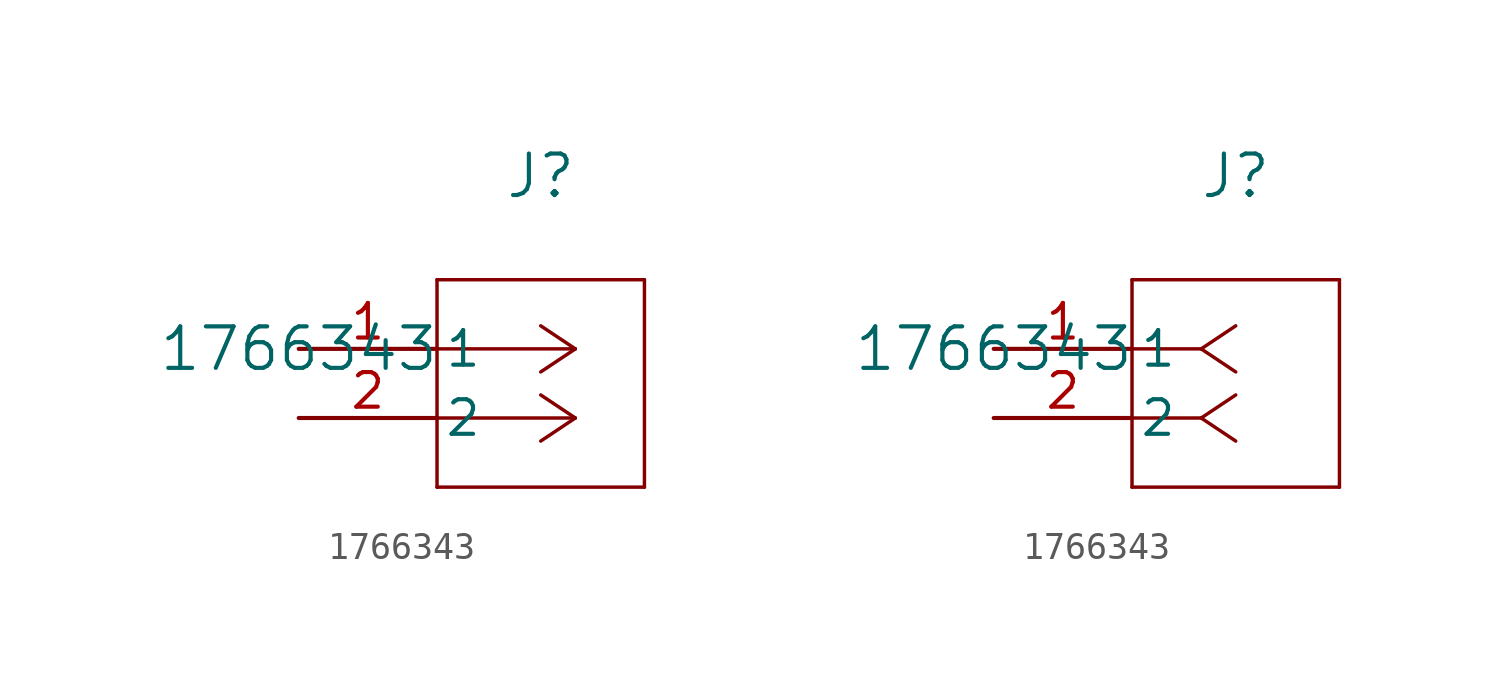
<source format=kicad_sym>
(kicad_symbol_lib
  (version 20211014)
  (generator kicad_symbol_editor)
  (symbol "1766343"
    (pin_names
      (offset 0.254))
    (property "Reference" "J"
      (at 8.89 6.35 0)
      (effects (font (size 1.524 1.524))))
    (property "Value" "1766343"
      (at 0 0 0)
      (effects (font (size 1.524 1.524))))
    (symbol "1766343_1_1"
      (polyline (pts (xy 10.16 0) (xy 5.08 0)) (stroke (width 0.127) (type default) (color 0 0 0 0)) (fill (type none)))
      (polyline (pts (xy 10.16 -2.54) (xy 5.08 -2.54)) (stroke (width 0.127) (type default) (color 0 0 0 0)) (fill (type none)))
      (polyline (pts (xy 10.16 0) (xy 8.89 0.847)) (stroke (width 0.127) (type default) (color 0 0 0 0)) (fill (type none)))
      (polyline (pts (xy 10.16 -2.54) (xy 8.89 -1.693)) (stroke (width 0.127) (type default) (color 0 0 0 0)) (fill (type none)))
      (polyline (pts (xy 10.16 0) (xy 8.89 -0.847)) (stroke (width 0.127) (type default) (color 0 0 0 0)) (fill (type none)))
      (polyline (pts (xy 10.16 -2.54) (xy 8.89 -3.387)) (stroke (width 0.127) (type default) (color 0 0 0 0)) (fill (type none)))
      (polyline (pts (xy 5.08 2.54) (xy 5.08 -5.08)) (stroke (width 0.127) (type default) (color 0 0 0 0)) (fill (type none)))
      (polyline (pts (xy 5.08 -5.08) (xy 12.7 -5.08)) (stroke (width 0.127) (type default) (color 0 0 0 0)) (fill (type none)))
      (polyline (pts (xy 12.7 -5.08) (xy 12.7 2.54)) (stroke (width 0.127) (type default) (color 0 0 0 0)) (fill (type none)))
      (polyline (pts (xy 12.7 2.54) (xy 5.08 2.54)) (stroke (width 0.127) (type default) (color 0 0 0 0)) (fill (type none)))
      (pin unspecified line (at 0 0 0) (length 5.08) (name "1" (effects (font (size 1.27 1.27)))) (number "1" (effects (font (size 1.27 1.27)))))
      (pin unspecified line (at 0 -2.54 0) (length 5.08) (name "2" (effects (font (size 1.27 1.27)))) (number "2" (effects (font (size 1.27 1.27))))))
    (symbol "1766343_1_2"
      (polyline (pts (xy 7.62 0) (xy 5.08 0)) (stroke (width 0.127) (type default) (color 0 0 0 0)) (fill (type none)))
      (polyline (pts (xy 7.62 -2.54) (xy 5.08 -2.54)) (stroke (width 0.127) (type default) (color 0 0 0 0)) (fill (type none)))
      (polyline (pts (xy 7.62 0) (xy 8.89 0.847)) (stroke (width 0.127) (type default) (color 0 0 0 0)) (fill (type none)))
      (polyline (pts (xy 7.62 -2.54) (xy 8.89 -1.693)) (stroke (width 0.127) (type default) (color 0 0 0 0)) (fill (type none)))
      (polyline (pts (xy 7.62 0) (xy 8.89 -0.847)) (stroke (width 0.127) (type default) (color 0 0 0 0)) (fill (type none)))
      (polyline (pts (xy 7.62 -2.54) (xy 8.89 -3.387)) (stroke (width 0.127) (type default) (color 0 0 0 0)) (fill (type none)))
      (polyline (pts (xy 5.08 2.54) (xy 5.08 -5.08)) (stroke (width 0.127) (type default) (color 0 0 0 0)) (fill (type none)))
      (polyline (pts (xy 5.08 -5.08) (xy 12.7 -5.08)) (stroke (width 0.127) (type default) (color 0 0 0 0)) (fill (type none)))
      (polyline (pts (xy 12.7 -5.08) (xy 12.7 2.54)) (stroke (width 0.127) (type default) (color 0 0 0 0)) (fill (type none)))
      (polyline (pts (xy 12.7 2.54) (xy 5.08 2.54)) (stroke (width 0.127) (type default) (color 0 0 0 0)) (fill (type none)))
      (pin unspecified line (at 0 0 0) (length 5.08) (name "1" (effects (font (size 1.27 1.27)))) (number "1" (effects (font (size 1.27 1.27)))))
      (pin unspecified line (at 0 -2.54 0) (length 5.08) (name "2" (effects (font (size 1.27 1.27)))) (number "2" (effects (font (size 1.27 1.27))))))))
</source>
